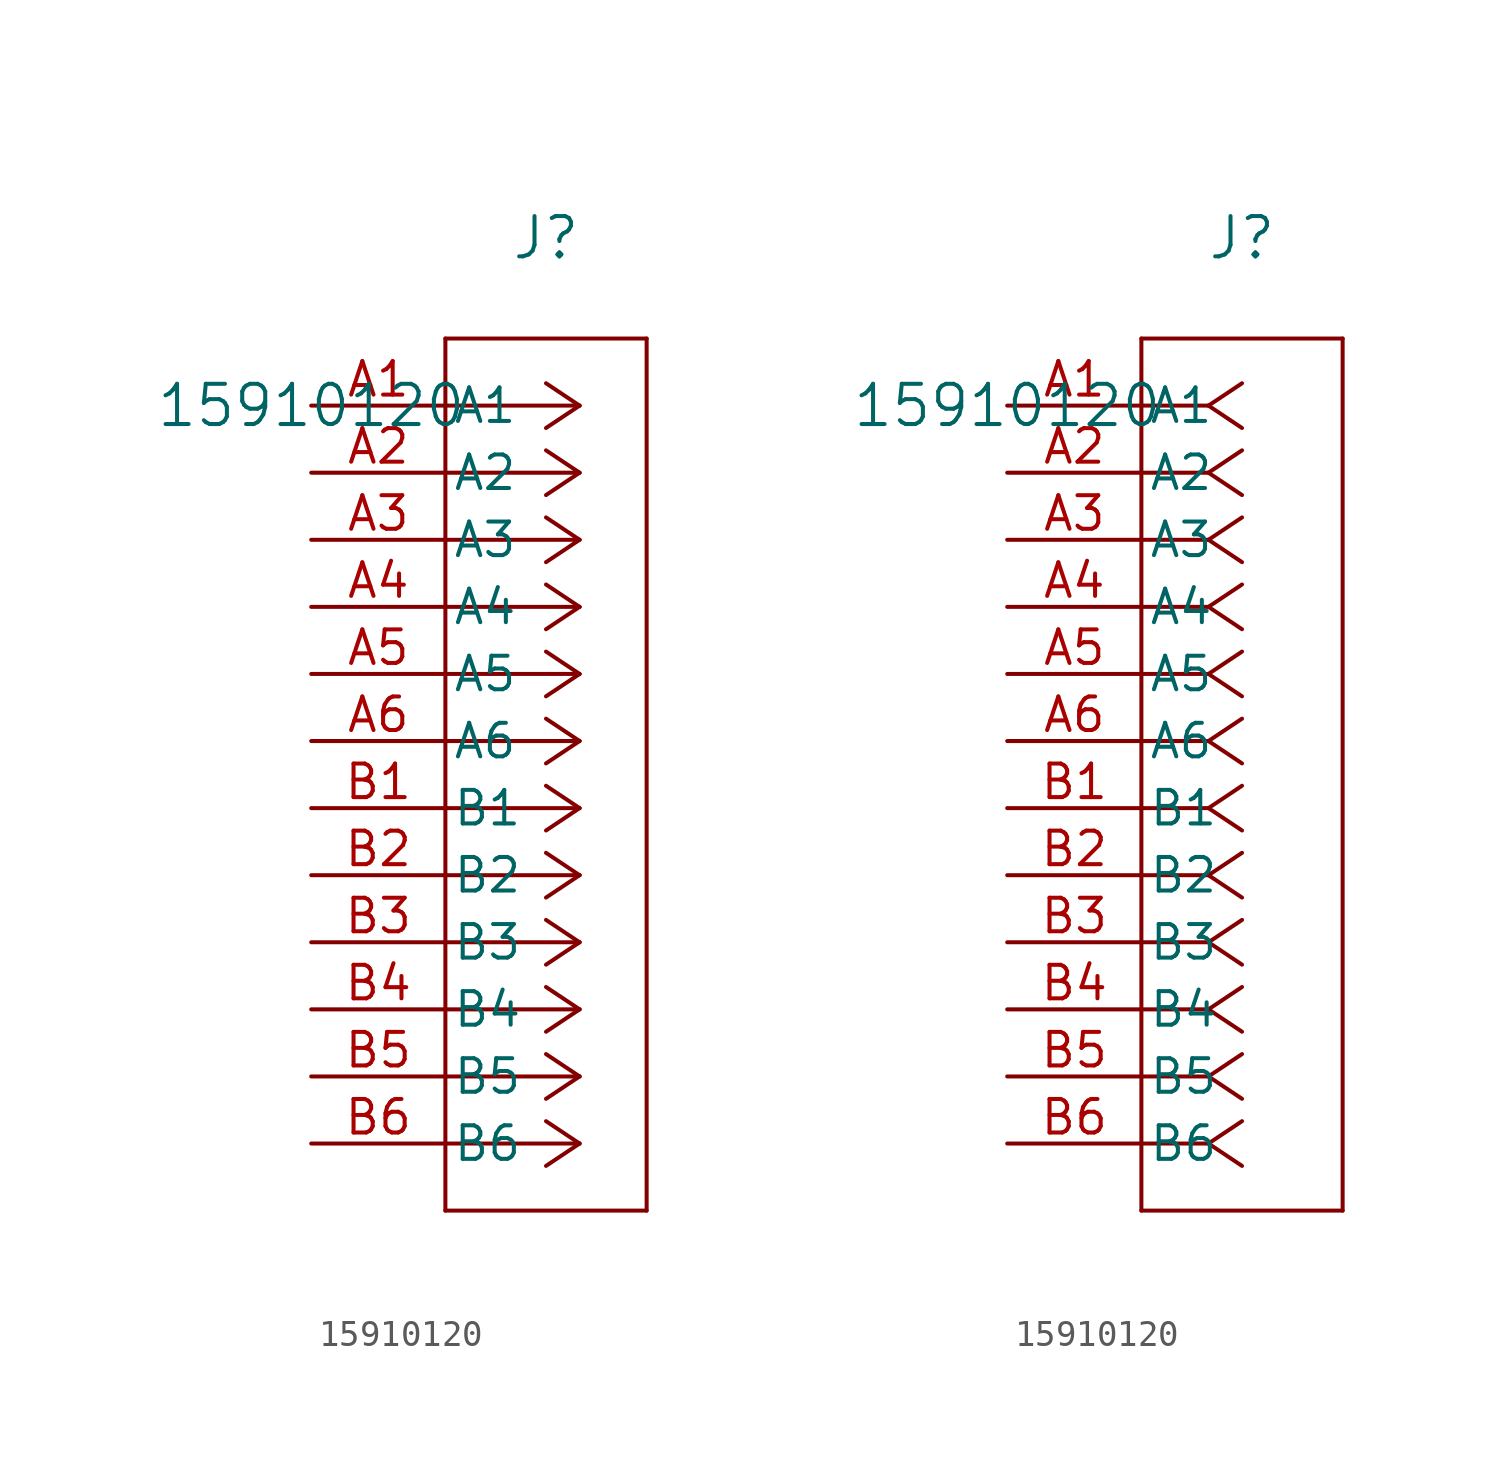
<source format=kicad_sym>
(kicad_symbol_lib
  (version 20211014)
  (generator kicad_symbol_editor)
  (symbol "15910120"
    (pin_names
      (offset 0.254))
    (property "Reference" "J"
      (at 8.89 6.35 0)
      (effects (font (size 1.524 1.524))))
    (property "Value" "15910120"
      (at 0 0 0)
      (effects (font (size 1.524 1.524))))
    (symbol "15910120_1_1"
      (polyline (pts (xy 10.16 0) (xy 5.08 0)) (stroke (width 0) (type default) (color 0 0 0 0)) (fill (type none)))
      (polyline (pts (xy 10.16 -2.54) (xy 5.08 -2.54)) (stroke (width 0) (type default) (color 0 0 0 0)) (fill (type none)))
      (polyline (pts (xy 10.16 -5.08) (xy 5.08 -5.08)) (stroke (width 0) (type default) (color 0 0 0 0)) (fill (type none)))
      (polyline (pts (xy 10.16 -7.62) (xy 5.08 -7.62)) (stroke (width 0) (type default) (color 0 0 0 0)) (fill (type none)))
      (polyline (pts (xy 10.16 -10.16) (xy 5.08 -10.16)) (stroke (width 0) (type default) (color 0 0 0 0)) (fill (type none)))
      (polyline (pts (xy 10.16 -12.7) (xy 5.08 -12.7)) (stroke (width 0) (type default) (color 0 0 0 0)) (fill (type none)))
      (polyline (pts (xy 10.16 -15.24) (xy 5.08 -15.24)) (stroke (width 0) (type default) (color 0 0 0 0)) (fill (type none)))
      (polyline (pts (xy 10.16 -17.78) (xy 5.08 -17.78)) (stroke (width 0) (type default) (color 0 0 0 0)) (fill (type none)))
      (polyline (pts (xy 10.16 -20.32) (xy 5.08 -20.32)) (stroke (width 0) (type default) (color 0 0 0 0)) (fill (type none)))
      (polyline (pts (xy 10.16 -22.86) (xy 5.08 -22.86)) (stroke (width 0) (type default) (color 0 0 0 0)) (fill (type none)))
      (polyline (pts (xy 10.16 -25.4) (xy 5.08 -25.4)) (stroke (width 0) (type default) (color 0 0 0 0)) (fill (type none)))
      (polyline (pts (xy 10.16 -27.94) (xy 5.08 -27.94)) (stroke (width 0) (type default) (color 0 0 0 0)) (fill (type none)))
      (polyline (pts (xy 10.16 0) (xy 8.89 0.847)) (stroke (width 0) (type default) (color 0 0 0 0)) (fill (type none)))
      (polyline (pts (xy 10.16 -2.54) (xy 8.89 -1.693)) (stroke (width 0) (type default) (color 0 0 0 0)) (fill (type none)))
      (polyline (pts (xy 10.16 -5.08) (xy 8.89 -4.233)) (stroke (width 0) (type default) (color 0 0 0 0)) (fill (type none)))
      (polyline (pts (xy 10.16 -7.62) (xy 8.89 -6.773)) (stroke (width 0) (type default) (color 0 0 0 0)) (fill (type none)))
      (polyline (pts (xy 10.16 -10.16) (xy 8.89 -9.313)) (stroke (width 0) (type default) (color 0 0 0 0)) (fill (type none)))
      (polyline (pts (xy 10.16 -12.7) (xy 8.89 -11.853)) (stroke (width 0) (type default) (color 0 0 0 0)) (fill (type none)))
      (polyline (pts (xy 10.16 -15.24) (xy 8.89 -14.393)) (stroke (width 0) (type default) (color 0 0 0 0)) (fill (type none)))
      (polyline (pts (xy 10.16 -17.78) (xy 8.89 -16.933)) (stroke (width 0) (type default) (color 0 0 0 0)) (fill (type none)))
      (polyline (pts (xy 10.16 -20.32) (xy 8.89 -19.473)) (stroke (width 0) (type default) (color 0 0 0 0)) (fill (type none)))
      (polyline (pts (xy 10.16 -22.86) (xy 8.89 -22.013)) (stroke (width 0) (type default) (color 0 0 0 0)) (fill (type none)))
      (polyline (pts (xy 10.16 -25.4) (xy 8.89 -24.553)) (stroke (width 0) (type default) (color 0 0 0 0)) (fill (type none)))
      (polyline (pts (xy 10.16 -27.94) (xy 8.89 -27.093)) (stroke (width 0) (type default) (color 0 0 0 0)) (fill (type none)))
      (polyline (pts (xy 10.16 0) (xy 8.89 -0.847)) (stroke (width 0) (type default) (color 0 0 0 0)) (fill (type none)))
      (polyline (pts (xy 10.16 -2.54) (xy 8.89 -3.387)) (stroke (width 0) (type default) (color 0 0 0 0)) (fill (type none)))
      (polyline (pts (xy 10.16 -5.08) (xy 8.89 -5.927)) (stroke (width 0) (type default) (color 0 0 0 0)) (fill (type none)))
      (polyline (pts (xy 10.16 -7.62) (xy 8.89 -8.467)) (stroke (width 0) (type default) (color 0 0 0 0)) (fill (type none)))
      (polyline (pts (xy 10.16 -10.16) (xy 8.89 -11.007)) (stroke (width 0) (type default) (color 0 0 0 0)) (fill (type none)))
      (polyline (pts (xy 10.16 -12.7) (xy 8.89 -13.547)) (stroke (width 0) (type default) (color 0 0 0 0)) (fill (type none)))
      (polyline (pts (xy 10.16 -15.24) (xy 8.89 -16.087)) (stroke (width 0) (type default) (color 0 0 0 0)) (fill (type none)))
      (polyline (pts (xy 10.16 -17.78) (xy 8.89 -18.627)) (stroke (width 0) (type default) (color 0 0 0 0)) (fill (type none)))
      (polyline (pts (xy 10.16 -20.32) (xy 8.89 -21.167)) (stroke (width 0) (type default) (color 0 0 0 0)) (fill (type none)))
      (polyline (pts (xy 10.16 -22.86) (xy 8.89 -23.707)) (stroke (width 0) (type default) (color 0 0 0 0)) (fill (type none)))
      (polyline (pts (xy 10.16 -25.4) (xy 8.89 -26.247)) (stroke (width 0) (type default) (color 0 0 0 0)) (fill (type none)))
      (polyline (pts (xy 10.16 -27.94) (xy 8.89 -28.787)) (stroke (width 0) (type default) (color 0 0 0 0)) (fill (type none)))
      (polyline (pts (xy 5.08 2.54) (xy 5.08 -30.48)) (stroke (width 0) (type default) (color 0 0 0 0)) (fill (type none)))
      (polyline (pts (xy 5.08 -30.48) (xy 12.7 -30.48)) (stroke (width 0) (type default) (color 0 0 0 0)) (fill (type none)))
      (polyline (pts (xy 12.7 -30.48) (xy 12.7 2.54)) (stroke (width 0) (type default) (color 0 0 0 0)) (fill (type none)))
      (polyline (pts (xy 12.7 2.54) (xy 5.08 2.54)) (stroke (width 0) (type default) (color 0 0 0 0)) (fill (type none)))
      (pin unspecified line (at 0 0 0) (length 5.08) (name "A1" (effects (font (size 1.27 1.27)))) (number "A1" (effects (font (size 1.27 1.27)))))
      (pin unspecified line (at 0 -2.54 0) (length 5.08) (name "A2" (effects (font (size 1.27 1.27)))) (number "A2" (effects (font (size 1.27 1.27)))))
      (pin unspecified line (at 0 -5.08 0) (length 5.08) (name "A3" (effects (font (size 1.27 1.27)))) (number "A3" (effects (font (size 1.27 1.27)))))
      (pin unspecified line (at 0 -7.62 0) (length 5.08) (name "A4" (effects (font (size 1.27 1.27)))) (number "A4" (effects (font (size 1.27 1.27)))))
      (pin unspecified line (at 0 -10.16 0) (length 5.08) (name "A5" (effects (font (size 1.27 1.27)))) (number "A5" (effects (font (size 1.27 1.27)))))
      (pin unspecified line (at 0 -12.7 0) (length 5.08) (name "A6" (effects (font (size 1.27 1.27)))) (number "A6" (effects (font (size 1.27 1.27)))))
      (pin unspecified line (at 0 -15.24 0) (length 5.08) (name "B1" (effects (font (size 1.27 1.27)))) (number "B1" (effects (font (size 1.27 1.27)))))
      (pin unspecified line (at 0 -17.78 0) (length 5.08) (name "B2" (effects (font (size 1.27 1.27)))) (number "B2" (effects (font (size 1.27 1.27)))))
      (pin unspecified line (at 0 -20.32 0) (length 5.08) (name "B3" (effects (font (size 1.27 1.27)))) (number "B3" (effects (font (size 1.27 1.27)))))
      (pin unspecified line (at 0 -22.86 0) (length 5.08) (name "B4" (effects (font (size 1.27 1.27)))) (number "B4" (effects (font (size 1.27 1.27)))))
      (pin unspecified line (at 0 -25.4 0) (length 5.08) (name "B5" (effects (font (size 1.27 1.27)))) (number "B5" (effects (font (size 1.27 1.27)))))
      (pin unspecified line (at 0 -27.94 0) (length 5.08) (name "B6" (effects (font (size 1.27 1.27)))) (number "B6" (effects (font (size 1.27 1.27))))))
    (symbol "15910120_1_2"
      (polyline (pts (xy 7.62 0) (xy 5.08 0)) (stroke (width 0) (type default) (color 0 0 0 0)) (fill (type none)))
      (polyline (pts (xy 7.62 -2.54) (xy 5.08 -2.54)) (stroke (width 0) (type default) (color 0 0 0 0)) (fill (type none)))
      (polyline (pts (xy 7.62 -5.08) (xy 5.08 -5.08)) (stroke (width 0) (type default) (color 0 0 0 0)) (fill (type none)))
      (polyline (pts (xy 7.62 -7.62) (xy 5.08 -7.62)) (stroke (width 0) (type default) (color 0 0 0 0)) (fill (type none)))
      (polyline (pts (xy 7.62 -10.16) (xy 5.08 -10.16)) (stroke (width 0) (type default) (color 0 0 0 0)) (fill (type none)))
      (polyline (pts (xy 7.62 -12.7) (xy 5.08 -12.7)) (stroke (width 0) (type default) (color 0 0 0 0)) (fill (type none)))
      (polyline (pts (xy 7.62 -15.24) (xy 5.08 -15.24)) (stroke (width 0) (type default) (color 0 0 0 0)) (fill (type none)))
      (polyline (pts (xy 7.62 -17.78) (xy 5.08 -17.78)) (stroke (width 0) (type default) (color 0 0 0 0)) (fill (type none)))
      (polyline (pts (xy 7.62 -20.32) (xy 5.08 -20.32)) (stroke (width 0) (type default) (color 0 0 0 0)) (fill (type none)))
      (polyline (pts (xy 7.62 -22.86) (xy 5.08 -22.86)) (stroke (width 0) (type default) (color 0 0 0 0)) (fill (type none)))
      (polyline (pts (xy 7.62 -25.4) (xy 5.08 -25.4)) (stroke (width 0) (type default) (color 0 0 0 0)) (fill (type none)))
      (polyline (pts (xy 7.62 -27.94) (xy 5.08 -27.94)) (stroke (width 0) (type default) (color 0 0 0 0)) (fill (type none)))
      (polyline (pts (xy 7.62 0) (xy 8.89 0.847)) (stroke (width 0) (type default) (color 0 0 0 0)) (fill (type none)))
      (polyline (pts (xy 7.62 -2.54) (xy 8.89 -1.693)) (stroke (width 0) (type default) (color 0 0 0 0)) (fill (type none)))
      (polyline (pts (xy 7.62 -5.08) (xy 8.89 -4.233)) (stroke (width 0) (type default) (color 0 0 0 0)) (fill (type none)))
      (polyline (pts (xy 7.62 -7.62) (xy 8.89 -6.773)) (stroke (width 0) (type default) (color 0 0 0 0)) (fill (type none)))
      (polyline (pts (xy 7.62 -10.16) (xy 8.89 -9.313)) (stroke (width 0) (type default) (color 0 0 0 0)) (fill (type none)))
      (polyline (pts (xy 7.62 -12.7) (xy 8.89 -11.853)) (stroke (width 0) (type default) (color 0 0 0 0)) (fill (type none)))
      (polyline (pts (xy 7.62 -15.24) (xy 8.89 -14.393)) (stroke (width 0) (type default) (color 0 0 0 0)) (fill (type none)))
      (polyline (pts (xy 7.62 -17.78) (xy 8.89 -16.933)) (stroke (width 0) (type default) (color 0 0 0 0)) (fill (type none)))
      (polyline (pts (xy 7.62 -20.32) (xy 8.89 -19.473)) (stroke (width 0) (type default) (color 0 0 0 0)) (fill (type none)))
      (polyline (pts (xy 7.62 -22.86) (xy 8.89 -22.013)) (stroke (width 0) (type default) (color 0 0 0 0)) (fill (type none)))
      (polyline (pts (xy 7.62 -25.4) (xy 8.89 -24.553)) (stroke (width 0) (type default) (color 0 0 0 0)) (fill (type none)))
      (polyline (pts (xy 7.62 -27.94) (xy 8.89 -27.093)) (stroke (width 0) (type default) (color 0 0 0 0)) (fill (type none)))
      (polyline (pts (xy 7.62 0) (xy 8.89 -0.847)) (stroke (width 0) (type default) (color 0 0 0 0)) (fill (type none)))
      (polyline (pts (xy 7.62 -2.54) (xy 8.89 -3.387)) (stroke (width 0) (type default) (color 0 0 0 0)) (fill (type none)))
      (polyline (pts (xy 7.62 -5.08) (xy 8.89 -5.927)) (stroke (width 0) (type default) (color 0 0 0 0)) (fill (type none)))
      (polyline (pts (xy 7.62 -7.62) (xy 8.89 -8.467)) (stroke (width 0) (type default) (color 0 0 0 0)) (fill (type none)))
      (polyline (pts (xy 7.62 -10.16) (xy 8.89 -11.007)) (stroke (width 0) (type default) (color 0 0 0 0)) (fill (type none)))
      (polyline (pts (xy 7.62 -12.7) (xy 8.89 -13.547)) (stroke (width 0) (type default) (color 0 0 0 0)) (fill (type none)))
      (polyline (pts (xy 7.62 -15.24) (xy 8.89 -16.087)) (stroke (width 0) (type default) (color 0 0 0 0)) (fill (type none)))
      (polyline (pts (xy 7.62 -17.78) (xy 8.89 -18.627)) (stroke (width 0) (type default) (color 0 0 0 0)) (fill (type none)))
      (polyline (pts (xy 7.62 -20.32) (xy 8.89 -21.167)) (stroke (width 0) (type default) (color 0 0 0 0)) (fill (type none)))
      (polyline (pts (xy 7.62 -22.86) (xy 8.89 -23.707)) (stroke (width 0) (type default) (color 0 0 0 0)) (fill (type none)))
      (polyline (pts (xy 7.62 -25.4) (xy 8.89 -26.247)) (stroke (width 0) (type default) (color 0 0 0 0)) (fill (type none)))
      (polyline (pts (xy 7.62 -27.94) (xy 8.89 -28.787)) (stroke (width 0) (type default) (color 0 0 0 0)) (fill (type none)))
      (polyline (pts (xy 5.08 2.54) (xy 5.08 -30.48)) (stroke (width 0) (type default) (color 0 0 0 0)) (fill (type none)))
      (polyline (pts (xy 5.08 -30.48) (xy 12.7 -30.48)) (stroke (width 0) (type default) (color 0 0 0 0)) (fill (type none)))
      (polyline (pts (xy 12.7 -30.48) (xy 12.7 2.54)) (stroke (width 0) (type default) (color 0 0 0 0)) (fill (type none)))
      (polyline (pts (xy 12.7 2.54) (xy 5.08 2.54)) (stroke (width 0) (type default) (color 0 0 0 0)) (fill (type none)))
      (pin unspecified line (at 0 0 0) (length 5.08) (name "A1" (effects (font (size 1.27 1.27)))) (number "A1" (effects (font (size 1.27 1.27)))))
      (pin unspecified line (at 0 -2.54 0) (length 5.08) (name "A2" (effects (font (size 1.27 1.27)))) (number "A2" (effects (font (size 1.27 1.27)))))
      (pin unspecified line (at 0 -5.08 0) (length 5.08) (name "A3" (effects (font (size 1.27 1.27)))) (number "A3" (effects (font (size 1.27 1.27)))))
      (pin unspecified line (at 0 -7.62 0) (length 5.08) (name "A4" (effects (font (size 1.27 1.27)))) (number "A4" (effects (font (size 1.27 1.27)))))
      (pin unspecified line (at 0 -10.16 0) (length 5.08) (name "A5" (effects (font (size 1.27 1.27)))) (number "A5" (effects (font (size 1.27 1.27)))))
      (pin unspecified line (at 0 -12.7 0) (length 5.08) (name "A6" (effects (font (size 1.27 1.27)))) (number "A6" (effects (font (size 1.27 1.27)))))
      (pin unspecified line (at 0 -15.24 0) (length 5.08) (name "B1" (effects (font (size 1.27 1.27)))) (number "B1" (effects (font (size 1.27 1.27)))))
      (pin unspecified line (at 0 -17.78 0) (length 5.08) (name "B2" (effects (font (size 1.27 1.27)))) (number "B2" (effects (font (size 1.27 1.27)))))
      (pin unspecified line (at 0 -20.32 0) (length 5.08) (name "B3" (effects (font (size 1.27 1.27)))) (number "B3" (effects (font (size 1.27 1.27)))))
      (pin unspecified line (at 0 -22.86 0) (length 5.08) (name "B4" (effects (font (size 1.27 1.27)))) (number "B4" (effects (font (size 1.27 1.27)))))
      (pin unspecified line (at 0 -25.4 0) (length 5.08) (name "B5" (effects (font (size 1.27 1.27)))) (number "B5" (effects (font (size 1.27 1.27)))))
      (pin unspecified line (at 0 -27.94 0) (length 5.08) (name "B6" (effects (font (size 1.27 1.27)))) (number "B6" (effects (font (size 1.27 1.27))))))))
</source>
